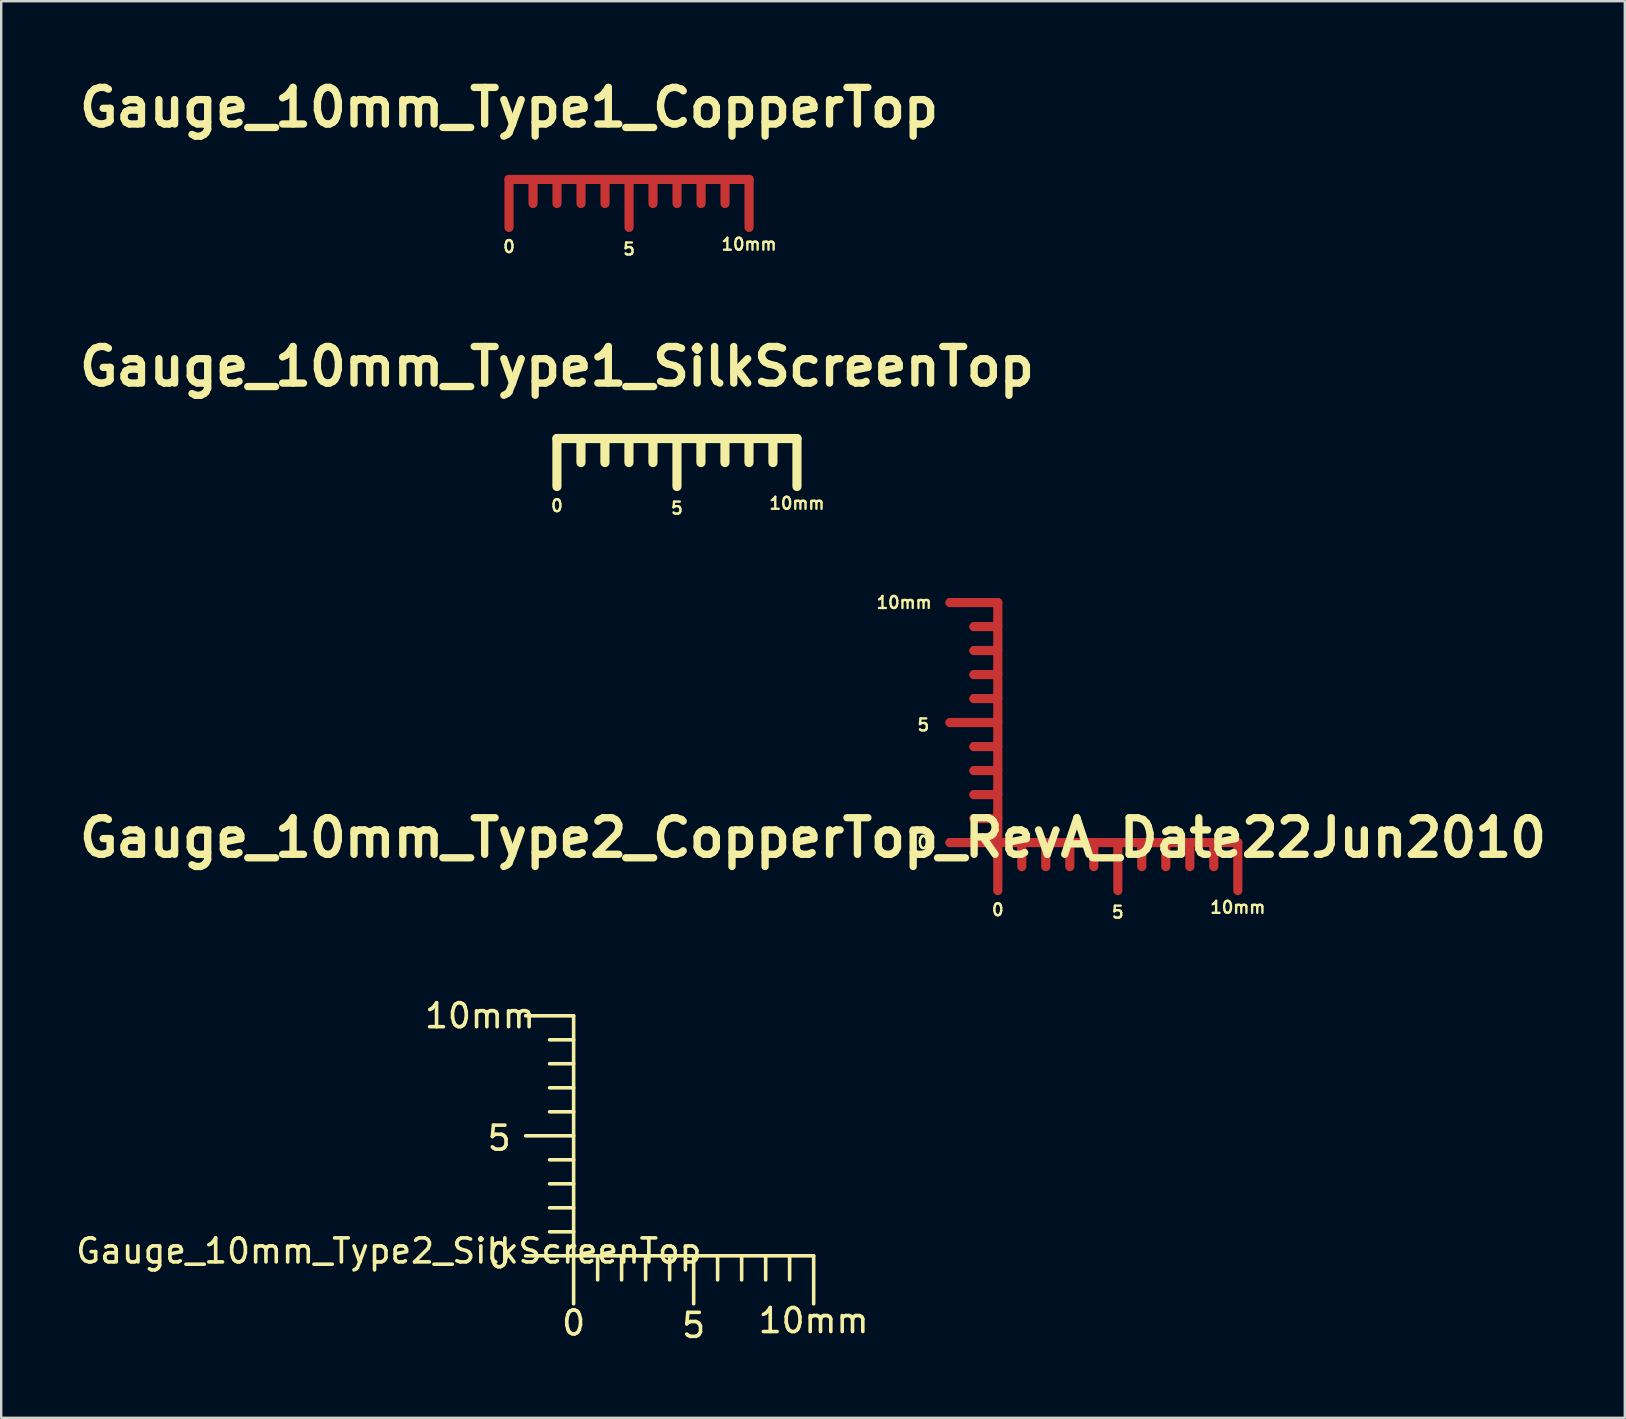
<source format=kicad_pcb>
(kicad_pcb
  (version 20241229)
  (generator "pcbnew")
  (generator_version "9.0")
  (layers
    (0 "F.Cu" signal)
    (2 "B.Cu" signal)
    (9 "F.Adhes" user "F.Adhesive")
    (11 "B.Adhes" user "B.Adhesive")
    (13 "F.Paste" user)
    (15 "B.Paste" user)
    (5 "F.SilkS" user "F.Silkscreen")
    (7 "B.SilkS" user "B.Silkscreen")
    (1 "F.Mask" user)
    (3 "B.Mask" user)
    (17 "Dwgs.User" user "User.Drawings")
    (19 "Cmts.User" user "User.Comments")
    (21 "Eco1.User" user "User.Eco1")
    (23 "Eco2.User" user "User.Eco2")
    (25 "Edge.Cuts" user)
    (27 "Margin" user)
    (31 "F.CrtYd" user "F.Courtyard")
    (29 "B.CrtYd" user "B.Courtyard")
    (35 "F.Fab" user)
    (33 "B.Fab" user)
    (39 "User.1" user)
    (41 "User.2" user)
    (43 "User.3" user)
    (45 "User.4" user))
  (footprint "Gauge_10mm_Type2_SilkScreenTop"
    (layer "F.Cu")
    (at 20.848 49.269)
    (property "Reference" "Gauge_10mm_Type2_SilkScreenTop" (at -7.699 -0.201 0) (layer "F.SilkS") (effects (font (size 1 1) (thickness 0.15))))
    (attr through_hole)
    (fp_line (start 0 -10) (end -1.999 -10) (stroke (width 0.15) (type solid)) (layer "F.SilkS"))
    (fp_line (start 0 -8.999) (end -1.001 -8.999) (stroke (width 0.15) (type solid)) (layer "F.SilkS"))
    (fp_line (start 0 -8.001) (end -1.001 -8.001) (stroke (width 0.15) (type solid)) (layer "F.SilkS"))
    (fp_line (start 0 -7) (end -1.001 -7) (stroke (width 0.15) (type solid)) (layer "F.SilkS"))
    (fp_line (start 0 -5.999) (end -1.001 -5.999) (stroke (width 0.15) (type solid)) (layer "F.SilkS"))
    (fp_line (start 0 -5.001) (end -1.999 -5.001) (stroke (width 0.15) (type solid)) (layer "F.SilkS"))
    (fp_line (start 0 -4) (end -1.001 -4) (stroke (width 0.15) (type solid)) (layer "F.SilkS"))
    (fp_line (start 0 -3) (end -1.001 -3) (stroke (width 0.15) (type solid)) (layer "F.SilkS"))
    (fp_line (start 0 -1.999) (end -1.001 -1.999) (stroke (width 0.15) (type solid)) (layer "F.SilkS"))
    (fp_line (start 0 -1.001) (end -1.001 -1.001) (stroke (width 0.15) (type solid)) (layer "F.SilkS"))
    (fp_line (start 0 0) (end -1.999 0) (stroke (width 0.15) (type solid)) (layer "F.SilkS"))
    (fp_line (start 0 0) (end 0 -10) (stroke (width 0.15) (type solid)) (layer "F.SilkS"))
    (fp_line (start 0 0) (end 0 1.999) (stroke (width 0.15) (type solid)) (layer "F.SilkS"))
    (fp_line (start 0 0) (end 10 0) (stroke (width 0.15) (type solid)) (layer "F.SilkS"))
    (fp_line (start 1.001 0) (end 1.001 1.001) (stroke (width 0.15) (type solid)) (layer "F.SilkS"))
    (fp_line (start 1.999 0) (end 1.999 1.001) (stroke (width 0.15) (type solid)) (layer "F.SilkS"))
    (fp_line (start 3 0) (end 3 1.001) (stroke (width 0.15) (type solid)) (layer "F.SilkS"))
    (fp_line (start 4 0) (end 4 1.001) (stroke (width 0.15) (type solid)) (layer "F.SilkS"))
    (fp_line (start 5.001 0) (end 5.001 1.999) (stroke (width 0.15) (type solid)) (layer "F.SilkS"))
    (fp_line (start 5.999 0) (end 5.999 1.001) (stroke (width 0.15) (type solid)) (layer "F.SilkS"))
    (fp_line (start 7 0) (end 7 1.001) (stroke (width 0.15) (type solid)) (layer "F.SilkS"))
    (fp_line (start 8.001 0) (end 8.001 1.001) (stroke (width 0.15) (type solid)) (layer "F.SilkS"))
    (fp_line (start 8.999 0) (end 8.999 1.001) (stroke (width 0.15) (type solid)) (layer "F.SilkS"))
    (fp_line (start 10 0) (end 10 1.999) (stroke (width 0.15) (type solid)) (layer "F.SilkS"))
    (fp_text user "5" (at -3.101 -4.9 0) (layer "F.SilkS") (effects (font (size 1 1) (thickness 0.15))))
    (fp_text user "10mm" (at -3.901 -10 0) (layer "F.SilkS") (effects (font (size 1 1) (thickness 0.15))))
    (fp_text user "10mm" (at 10 2.7 0) (layer "F.SilkS") (effects (font (size 1 1) (thickness 0.15))))
    (fp_text user "0" (at 0 2.799 0) (layer "F.SilkS") (effects (font (size 1 1) (thickness 0.15))))
    (fp_text user "5" (at 4.999 2.901 0) (layer "F.SilkS") (effects (font (size 1 1) (thickness 0.15))))
    (fp_text user "0" (at -3.101 0 0) (layer "F.SilkS") (effects (font (size 1 1) (thickness 0.15)))))
  (footprint "Gauge_10mm_Type2_CopperTop_RevA_Date22Jun2010"
    (layer "F.Cu")
    (at 38.52 32.053)
    (property "Reference" "Gauge_10mm_Type2_CopperTop_RevA_Date22Jun2010" (at -7.699 -0.201 0) (layer "F.SilkS") (effects (font (size 1.524 1.524) (thickness 0.305))))
    (attr through_hole)
    (fp_line (start 0 -10) (end -1.999 -10) (stroke (width 0.381) (type solid)) (layer "F.Cu"))
    (fp_line (start 0 -8.999) (end -1.001 -8.999) (stroke (width 0.381) (type solid)) (layer "F.Cu"))
    (fp_line (start 0 -8.001) (end -1.001 -8.001) (stroke (width 0.381) (type solid)) (layer "F.Cu"))
    (fp_line (start 0 -7) (end -1.001 -7) (stroke (width 0.381) (type solid)) (layer "F.Cu"))
    (fp_line (start 0 -5.999) (end -1.001 -5.999) (stroke (width 0.381) (type solid)) (layer "F.Cu"))
    (fp_line (start 0 -5.001) (end -1.999 -5.001) (stroke (width 0.381) (type solid)) (layer "F.Cu"))
    (fp_line (start 0 -4) (end -1.001 -4) (stroke (width 0.381) (type solid)) (layer "F.Cu"))
    (fp_line (start 0 -3) (end -1.001 -3) (stroke (width 0.381) (type solid)) (layer "F.Cu"))
    (fp_line (start 0 -1.999) (end -1.001 -1.999) (stroke (width 0.381) (type solid)) (layer "F.Cu"))
    (fp_line (start 0 -1.001) (end -1.001 -1.001) (stroke (width 0.381) (type solid)) (layer "F.Cu"))
    (fp_line (start 0 0) (end -1.999 0) (stroke (width 0.381) (type solid)) (layer "F.Cu"))
    (fp_line (start 0 0) (end 0 -10) (stroke (width 0.381) (type solid)) (layer "F.Cu"))
    (fp_line (start 0 0) (end 0 1.999) (stroke (width 0.381) (type solid)) (layer "F.Cu"))
    (fp_line (start 0 0) (end 10 0) (stroke (width 0.381) (type solid)) (layer "F.Cu"))
    (fp_line (start 1.001 0) (end 1.001 1.001) (stroke (width 0.381) (type solid)) (layer "F.Cu"))
    (fp_line (start 1.999 0) (end 1.999 1.001) (stroke (width 0.381) (type solid)) (layer "F.Cu"))
    (fp_line (start 3 0) (end 3 1.001) (stroke (width 0.381) (type solid)) (layer "F.Cu"))
    (fp_line (start 4 0) (end 4 1.001) (stroke (width 0.381) (type solid)) (layer "F.Cu"))
    (fp_line (start 5.001 0) (end 5.001 1.999) (stroke (width 0.381) (type solid)) (layer "F.Cu"))
    (fp_line (start 5.999 0) (end 5.999 1.001) (stroke (width 0.381) (type solid)) (layer "F.Cu"))
    (fp_line (start 7 0) (end 7 1.001) (stroke (width 0.381) (type solid)) (layer "F.Cu"))
    (fp_line (start 8.001 0) (end 8.001 1.001) (stroke (width 0.381) (type solid)) (layer "F.Cu"))
    (fp_line (start 8.999 0) (end 8.999 1.001) (stroke (width 0.381) (type solid)) (layer "F.Cu"))
    (fp_line (start 10 0) (end 10 1.999) (stroke (width 0.381) (type solid)) (layer "F.Cu"))
    (fp_text user "5" (at -3.101 -4.9 0) (layer "F.SilkS") (effects (font (size 0.5 0.5) (thickness 0.099))))
    (fp_text user "0" (at -3.101 0 0) (layer "F.SilkS") (effects (font (size 0.5 0.5) (thickness 0.099))))
    (fp_text user "0" (at 0 2.799 0) (layer "F.SilkS") (effects (font (size 0.5 0.5) (thickness 0.099))))
    (fp_text user "5" (at 4.999 2.901 0) (layer "F.SilkS") (effects (font (size 0.5 0.5) (thickness 0.099))))
    (fp_text user "10mm" (at -3.901 -10 0) (layer "F.SilkS") (effects (font (size 0.5 0.5) (thickness 0.099))))
    (fp_text user "10mm" (at 10 2.7 0) (layer "F.SilkS") (effects (font (size 0.5 0.5) (thickness 0.099)))))
  (footprint "Gauge_10mm_Type1_SilkScreenTop"
    (layer "F.Cu")
    (at 20.153 15.22)
    (property "Reference" "Gauge_10mm_Type1_SilkScreenTop" (at 0 -3 0) (layer "F.SilkS") (effects (font (size 1.524 1.524) (thickness 0.305))))
    (attr through_hole)
    (fp_line (start 0 0) (end 0 1.999) (stroke (width 0.381) (type solid)) (layer "F.SilkS"))
    (fp_line (start 0 0) (end 10 0) (stroke (width 0.381) (type solid)) (layer "F.SilkS"))
    (fp_line (start 1.001 0) (end 1.001 1.001) (stroke (width 0.381) (type solid)) (layer "F.SilkS"))
    (fp_line (start 1.999 0) (end 1.999 1.001) (stroke (width 0.381) (type solid)) (layer "F.SilkS"))
    (fp_line (start 3 0) (end 3 1.001) (stroke (width 0.381) (type solid)) (layer "F.SilkS"))
    (fp_line (start 4 0) (end 4 1.001) (stroke (width 0.381) (type solid)) (layer "F.SilkS"))
    (fp_line (start 5.001 0) (end 5.001 1.999) (stroke (width 0.381) (type solid)) (layer "F.SilkS"))
    (fp_line (start 5.999 0) (end 5.999 1.001) (stroke (width 0.381) (type solid)) (layer "F.SilkS"))
    (fp_line (start 7 0) (end 7 1.001) (stroke (width 0.381) (type solid)) (layer "F.SilkS"))
    (fp_line (start 8.001 0) (end 8.001 1.001) (stroke (width 0.381) (type solid)) (layer "F.SilkS"))
    (fp_line (start 8.999 0) (end 8.999 1.001) (stroke (width 0.381) (type solid)) (layer "F.SilkS"))
    (fp_line (start 10 0) (end 10 1.999) (stroke (width 0.381) (type solid)) (layer "F.SilkS"))
    (fp_text user "0" (at 0 2.799 0) (layer "F.SilkS") (effects (font (size 0.5 0.5) (thickness 0.099))))
    (fp_text user "10mm" (at 10 2.7 0) (layer "F.SilkS") (effects (font (size 0.5 0.5) (thickness 0.099))))
    (fp_text user "5" (at 4.999 2.901 0) (layer "F.SilkS") (effects (font (size 0.5 0.5) (thickness 0.099)))))
  (footprint "Gauge_10mm_Type1_CopperTop"
    (layer "F.Cu")
    (at 18.157 4.426)
    (property "Reference" "Gauge_10mm_Type1_CopperTop" (at 0 -3 0) (layer "F.SilkS") (effects (font (size 1.524 1.524) (thickness 0.305))))
    (attr through_hole)
    (fp_line (start 0 0) (end 0 1.999) (stroke (width 0.381) (type solid)) (layer "F.Cu"))
    (fp_line (start 0 0) (end 10 0) (stroke (width 0.381) (type solid)) (layer "F.Cu"))
    (fp_line (start 1.001 0) (end 1.001 1.001) (stroke (width 0.381) (type solid)) (layer "F.Cu"))
    (fp_line (start 1.999 0) (end 1.999 1.001) (stroke (width 0.381) (type solid)) (layer "F.Cu"))
    (fp_line (start 3 0) (end 3 1.001) (stroke (width 0.381) (type solid)) (layer "F.Cu"))
    (fp_line (start 4 0) (end 4 1.001) (stroke (width 0.381) (type solid)) (layer "F.Cu"))
    (fp_line (start 5.001 0) (end 5.001 1.999) (stroke (width 0.381) (type solid)) (layer "F.Cu"))
    (fp_line (start 5.999 0) (end 5.999 1.001) (stroke (width 0.381) (type solid)) (layer "F.Cu"))
    (fp_line (start 7 0) (end 7 1.001) (stroke (width 0.381) (type solid)) (layer "F.Cu"))
    (fp_line (start 8.001 0) (end 8.001 1.001) (stroke (width 0.381) (type solid)) (layer "F.Cu"))
    (fp_line (start 8.999 0) (end 8.999 1.001) (stroke (width 0.381) (type solid)) (layer "F.Cu"))
    (fp_line (start 10 0) (end 10 1.999) (stroke (width 0.381) (type solid)) (layer "F.Cu"))
    (fp_text user "0" (at 0 2.799 0) (layer "F.SilkS") (effects (font (size 0.5 0.5) (thickness 0.099))))
    (fp_text user "5" (at 4.999 2.901 0) (layer "F.SilkS") (effects (font (size 0.5 0.5) (thickness 0.099))))
    (fp_text user "10mm" (at 10 2.7 0) (layer "F.SilkS") (effects (font (size 0.5 0.5) (thickness 0.099)))))
  (gr_rect
    (start -3 -3)
    (end 64.642 56.018)
    (stroke (width 0.1) (type default))
    (fill no)
    (layer "Edge.Cuts")))
</source>
